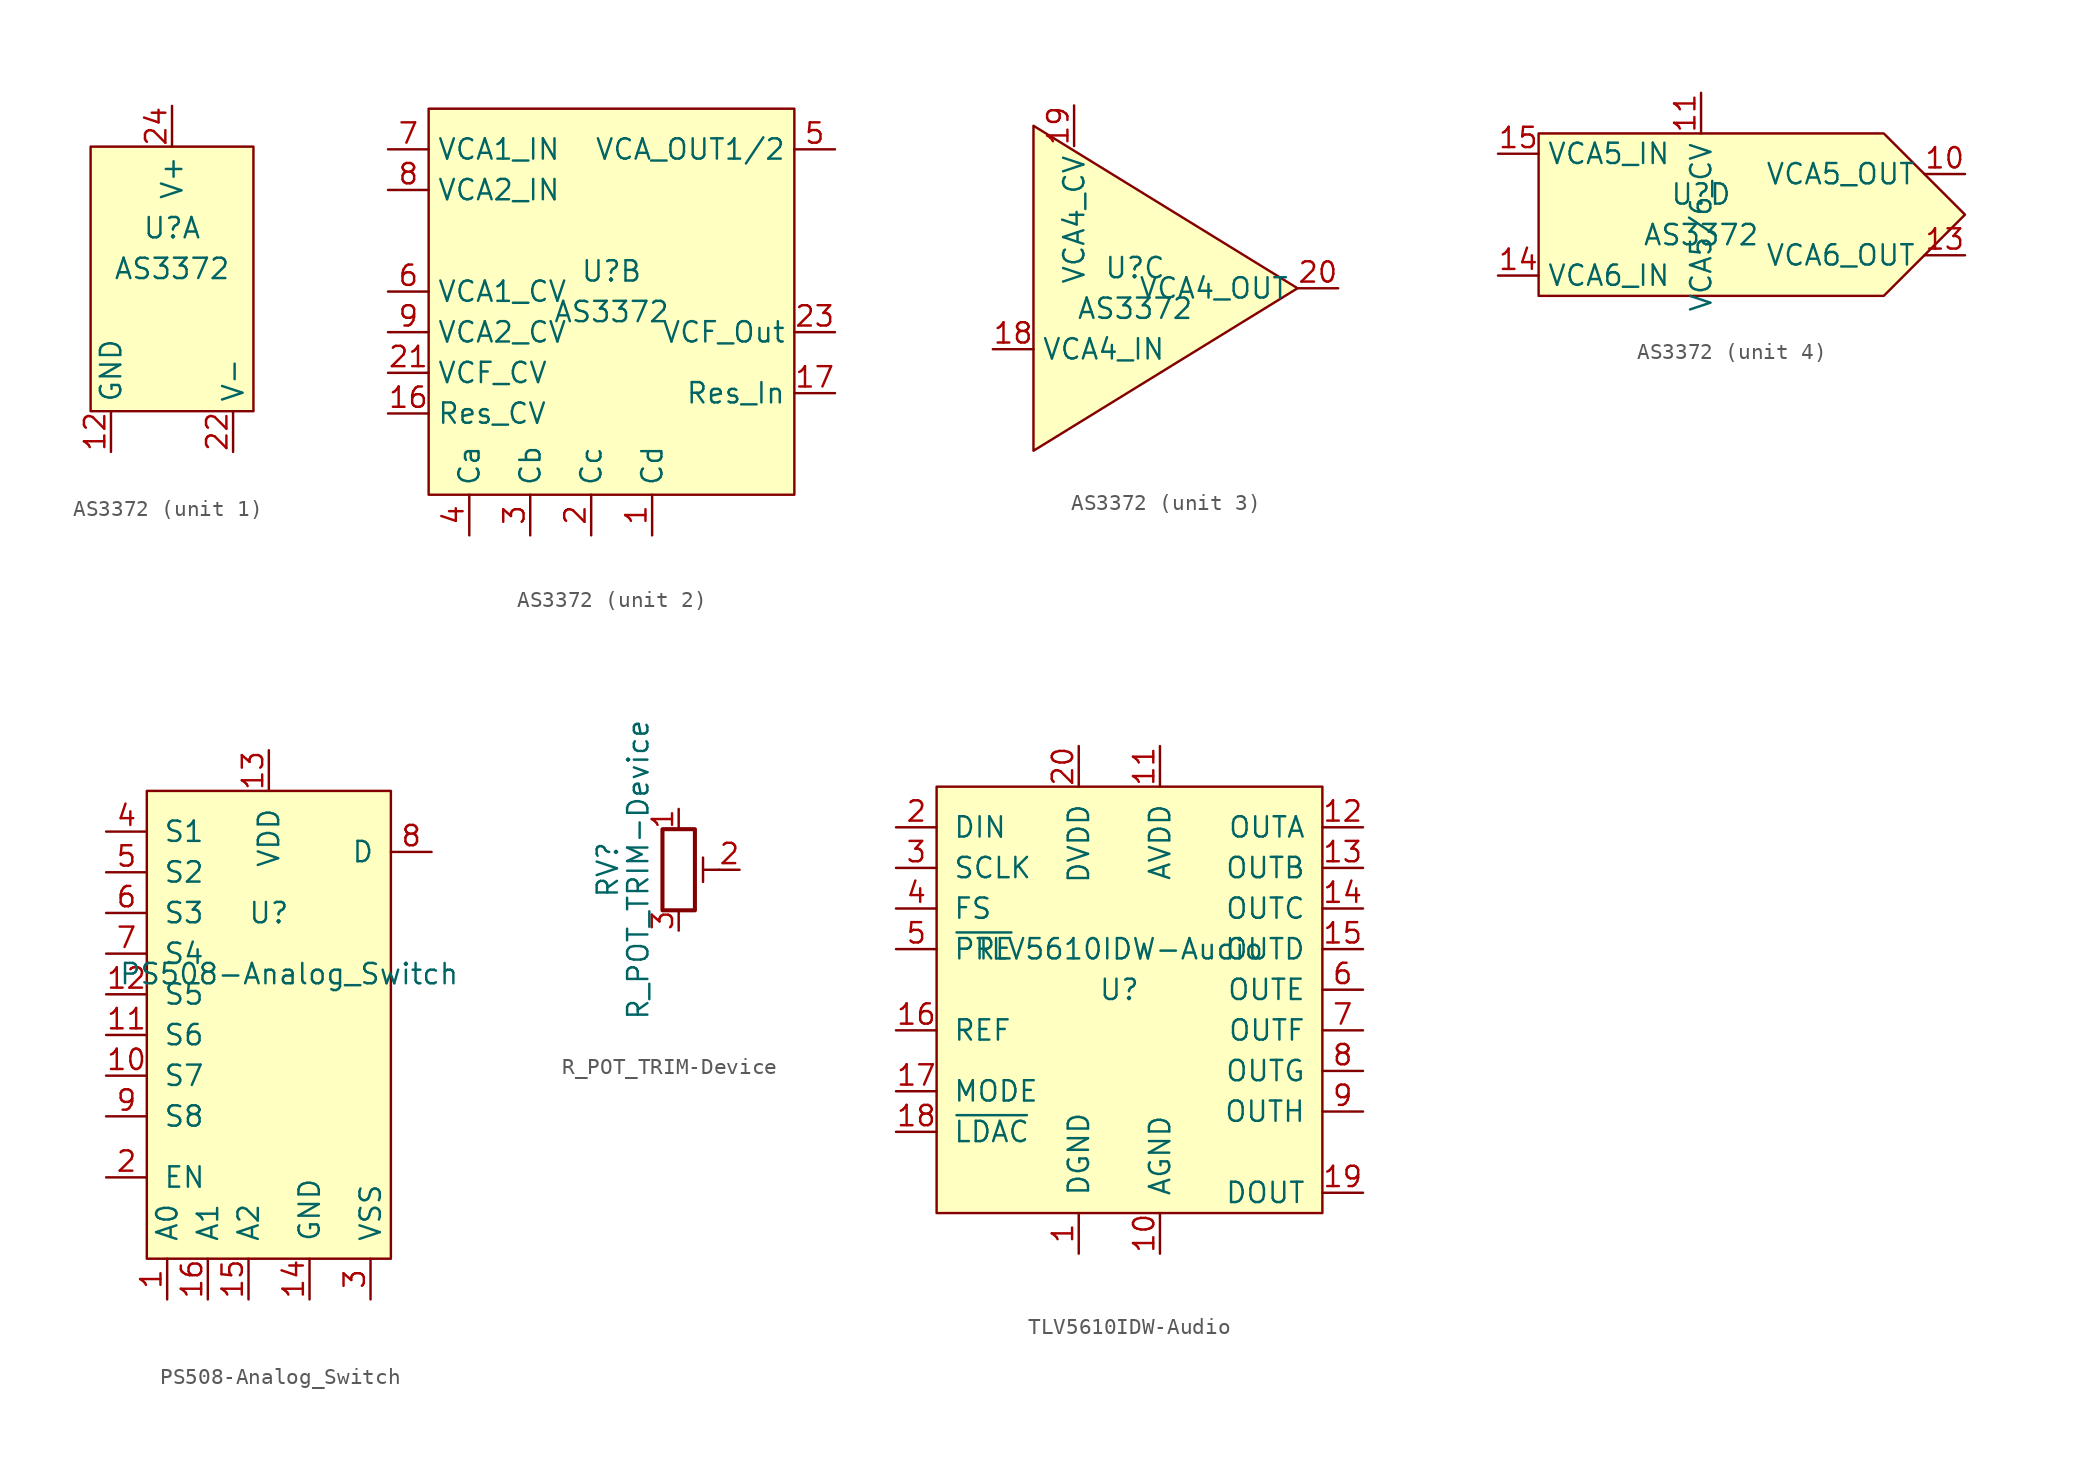
<source format=kicad_sym>
(kicad_symbol_lib
  (version 20220914)
  (generator kicad_symbol_editor)
  (symbol "AS3372"
    (property "Reference" "U"
      (at 0 1.27 0)
      (effects (font (size 1.27 1.27))))
    (property "Value" "AS3372"
      (at 0 -1.27 0)
      (effects (font (size 1.27 1.27))))
    (property "ki_locked" ""
      (at 0 0 0)
      (effects (font (size 1.27 1.27))))
    (symbol "AS3372_1_1"
      (rectangle (start -5.08 6.35) (end 5.08 -10.16) (stroke (width 0.152) (type default)) (fill (type background)))
      (pin power_in line (at -3.81 -12.7 90) (length 2.54) (name "GND" (effects (font (size 1.27 1.27)))) (number "12" (effects (font (size 1.27 1.27)))))
      (pin power_in line (at 3.81 -12.7 90) (length 2.54) (name "V-" (effects (font (size 1.27 1.27)))) (number "22" (effects (font (size 1.27 1.27)))))
      (pin power_in line (at 0 8.89 270) (length 2.54) (name "V+" (effects (font (size 1.27 1.27)))) (number "24" (effects (font (size 1.27 1.27))))))
    (symbol "AS3372_2_1"
      (rectangle (start -11.43 11.43) (end 11.43 -12.7) (stroke (width 0.152) (type default)) (fill (type background)))
      (pin input line (at 2.54 -15.24 90) (length 2.54) (name "Cd" (effects (font (size 1.27 1.27)))) (number "1" (effects (font (size 1.27 1.27)))))
      (pin input line (at -13.97 -7.62 0) (length 2.54) (name "Res_CV" (effects (font (size 1.27 1.27)))) (number "16" (effects (font (size 1.27 1.27)))))
      (pin input line (at 13.97 -6.35 180) (length 2.54) (name "Res_In" (effects (font (size 1.27 1.27)))) (number "17" (effects (font (size 1.27 1.27)))))
      (pin input line (at -1.27 -15.24 90) (length 2.54) (name "Cc" (effects (font (size 1.27 1.27)))) (number "2" (effects (font (size 1.27 1.27)))))
      (pin input line (at -13.97 -5.08 0) (length 2.54) (name "VCF_CV" (effects (font (size 1.27 1.27)))) (number "21" (effects (font (size 1.27 1.27)))))
      (pin output line (at 13.97 -2.54 180) (length 2.54) (name "VCF_Out" (effects (font (size 1.27 1.27)))) (number "23" (effects (font (size 1.27 1.27)))))
      (pin input line (at -5.08 -15.24 90) (length 2.54) (name "Cb" (effects (font (size 1.27 1.27)))) (number "3" (effects (font (size 1.27 1.27)))))
      (pin input line (at -8.89 -15.24 90) (length 2.54) (name "Ca" (effects (font (size 1.27 1.27)))) (number "4" (effects (font (size 1.27 1.27)))))
      (pin bidirectional line (at 13.97 8.89 180) (length 2.54) (name "VCA_OUT1/2" (effects (font (size 1.27 1.27)))) (number "5" (effects (font (size 1.27 1.27)))))
      (pin input line (at -13.97 0 0) (length 2.54) (name "VCA1_CV" (effects (font (size 1.27 1.27)))) (number "6" (effects (font (size 1.27 1.27)))))
      (pin input line (at -13.97 8.89 0) (length 2.54) (name "VCA1_IN" (effects (font (size 1.27 1.27)))) (number "7" (effects (font (size 1.27 1.27)))))
      (pin input line (at -13.97 6.35 0) (length 2.54) (name "VCA2_IN" (effects (font (size 1.27 1.27)))) (number "8" (effects (font (size 1.27 1.27)))))
      (pin input line (at -13.97 -2.54 0) (length 2.54) (name "VCA2_CV" (effects (font (size 1.27 1.27)))) (number "9" (effects (font (size 1.27 1.27))))))
    (symbol "AS3372_3_1"
      (polyline (pts (xy -6.35 0) (xy -6.35 10.16) (xy 10.16 0) (xy -6.35 -10.16) (xy -6.35 0)) (stroke (width 0.152) (type default)) (fill (type background)))
      (pin input line (at -8.89 -3.81 0) (length 2.54) (name "VCA4_IN" (effects (font (size 1.27 1.27)))) (number "18" (effects (font (size 1.27 1.27)))))
      (pin input line (at -3.81 11.43 270) (length 2.54) (name "VCA4_CV" (effects (font (size 1.27 1.27)))) (number "19" (effects (font (size 1.27 1.27)))))
      (pin output line (at 12.7 0 180) (length 2.54) (name "VCA4_OUT" (effects (font (size 1.27 1.27)))) (number "20" (effects (font (size 1.27 1.27))))))
    (symbol "AS3372_4_1"
      (polyline (pts (xy -10.16 0) (xy -10.16 5.08) (xy 11.43 5.08) (xy 16.51 0) (xy 11.43 -5.08) (xy -10.16 -5.08) (xy -10.16 0)) (stroke (width 0.152) (type default)) (fill (type background)))
      (pin output line (at 16.51 2.54 180) (length 2.54) (name "VCA5_OUT" (effects (font (size 1.27 1.27)))) (number "10" (effects (font (size 1.27 1.27)))))
      (pin input line (at 0 7.62 270) (length 2.54) (name "VCA5/6_CV" (effects (font (size 1.27 1.27)))) (number "11" (effects (font (size 1.27 1.27)))))
      (pin output line (at 16.51 -2.54 180) (length 2.54) (name "VCA6_OUT" (effects (font (size 1.27 1.27)))) (number "13" (effects (font (size 1.27 1.27)))))
      (pin input line (at -12.7 -3.81 0) (length 2.54) (name "VCA6_IN" (effects (font (size 1.27 1.27)))) (number "14" (effects (font (size 1.27 1.27)))))
      (pin input line (at -12.7 3.81 0) (length 2.54) (name "VCA5_IN" (effects (font (size 1.27 1.27)))) (number "15" (effects (font (size 1.27 1.27)))))))
  (symbol "PS508-Analog_Switch"
    (pin_names
      (offset 1.016))
    (property "Reference" "U"
      (at 0 0 0)
      (effects (font (size 1.27 1.27))))
    (property "Value" "PS508-Analog_Switch"
      (at 1.27 -3.81 0)
      (effects (font (size 1.27 1.27))))
    (symbol "PS508-Analog_Switch_0_1"
      (rectangle (start -7.62 7.62) (end 7.62 -21.59) (stroke (width 0) (type default)) (fill (type background))))
    (symbol "PS508-Analog_Switch_1_1"
      (pin input line (at -6.35 -24.13 90) (length 2.54) (name "A0" (effects (font (size 1.27 1.27)))) (number "1" (effects (font (size 1.27 1.27)))))
      (pin bidirectional line (at -10.16 -10.16 0) (length 2.54) (name "S7" (effects (font (size 1.27 1.27)))) (number "10" (effects (font (size 1.27 1.27)))))
      (pin bidirectional line (at -10.16 -7.62 0) (length 2.54) (name "S6" (effects (font (size 1.27 1.27)))) (number "11" (effects (font (size 1.27 1.27)))))
      (pin bidirectional line (at -10.16 -5.08 0) (length 2.54) (name "S5" (effects (font (size 1.27 1.27)))) (number "12" (effects (font (size 1.27 1.27)))))
      (pin power_in line (at 0 10.16 270) (length 2.54) (name "VDD" (effects (font (size 1.27 1.27)))) (number "13" (effects (font (size 1.27 1.27)))))
      (pin power_in line (at 2.54 -24.13 90) (length 2.54) (name "GND" (effects (font (size 1.27 1.27)))) (number "14" (effects (font (size 1.27 1.27)))))
      (pin input line (at -1.27 -24.13 90) (length 2.54) (name "A2" (effects (font (size 1.27 1.27)))) (number "15" (effects (font (size 1.27 1.27)))))
      (pin input line (at -3.81 -24.13 90) (length 2.54) (name "A1" (effects (font (size 1.27 1.27)))) (number "16" (effects (font (size 1.27 1.27)))))
      (pin input line (at -10.16 -16.51 0) (length 2.54) (name "EN" (effects (font (size 1.27 1.27)))) (number "2" (effects (font (size 1.27 1.27)))))
      (pin power_in line (at 6.35 -24.13 90) (length 2.54) (name "VSS" (effects (font (size 1.27 1.27)))) (number "3" (effects (font (size 1.27 1.27)))))
      (pin bidirectional line (at -10.16 5.08 0) (length 2.54) (name "S1" (effects (font (size 1.27 1.27)))) (number "4" (effects (font (size 1.27 1.27)))))
      (pin bidirectional line (at -10.16 2.54 0) (length 2.54) (name "S2" (effects (font (size 1.27 1.27)))) (number "5" (effects (font (size 1.27 1.27)))))
      (pin bidirectional line (at -10.16 0 0) (length 2.54) (name "S3" (effects (font (size 1.27 1.27)))) (number "6" (effects (font (size 1.27 1.27)))))
      (pin bidirectional line (at -10.16 -2.54 0) (length 2.54) (name "S4" (effects (font (size 1.27 1.27)))) (number "7" (effects (font (size 1.27 1.27)))))
      (pin bidirectional line (at 10.16 3.81 180) (length 2.54) (name "D" (effects (font (size 1.27 1.27)))) (number "8" (effects (font (size 1.27 1.27)))))
      (pin bidirectional line (at -10.16 -12.7 0) (length 2.54) (name "S8" (effects (font (size 1.27 1.27)))) (number "9" (effects (font (size 1.27 1.27)))))))
  (symbol "R_POT_TRIM-Device"
    (pin_names
      (offset 1.016) hide)
    (property "Reference" "RV"
      (at -4.445 0 90)
      (effects (font (size 1.27 1.27))))
    (property "Value" "R_POT_TRIM-Device"
      (at -2.54 0 90)
      (effects (font (size 1.27 1.27))))
    (symbol "R_POT_TRIM-Device_0_1"
      (polyline (pts (xy 1.524 0.762) (xy 1.524 -0.762)) (stroke (width 0) (type default)) (fill (type none)))
      (polyline (pts (xy 2.54 0) (xy 1.524 0)) (stroke (width 0) (type default)) (fill (type none)))
      (rectangle (start 1.016 2.54) (end -1.016 -2.54) (stroke (width 0.254) (type default)) (fill (type none))))
    (symbol "R_POT_TRIM-Device_1_1"
      (pin passive line (at 0 3.81 270) (length 1.27) (name "1" (effects (font (size 1.27 1.27)))) (number "1" (effects (font (size 1.27 1.27)))))
      (pin passive line (at 3.81 0 180) (length 1.27) (name "2" (effects (font (size 1.27 1.27)))) (number "2" (effects (font (size 1.27 1.27)))))
      (pin passive line (at 0 -3.81 90) (length 1.27) (name "3" (effects (font (size 1.27 1.27)))) (number "3" (effects (font (size 1.27 1.27)))))))
  (symbol "TLV5610IDW-Audio"
    (pin_names
      (offset 1.016))
    (property "Reference" "U"
      (at -2.54 -12.7 0)
      (effects (font (size 1.27 1.27))))
    (property "Value" "TLV5610IDW-Audio"
      (at -2.54 -10.16 0)
      (effects (font (size 1.27 1.27))))
    (symbol "TLV5610IDW-Audio_0_1"
      (rectangle (start -13.97 0) (end 10.16 -26.67) (stroke (width 0) (type default)) (fill (type background))))
    (symbol "TLV5610IDW-Audio_1_1"
      (pin power_in line (at -5.08 -29.21 90) (length 2.54) (name "DGND" (effects (font (size 1.27 1.27)))) (number "1" (effects (font (size 1.27 1.27)))))
      (pin power_in line (at 0 -29.21 90) (length 2.54) (name "AGND" (effects (font (size 1.27 1.27)))) (number "10" (effects (font (size 1.27 1.27)))))
      (pin power_in line (at 0 2.54 270) (length 2.54) (name "AVDD" (effects (font (size 1.27 1.27)))) (number "11" (effects (font (size 1.27 1.27)))))
      (pin output line (at 12.7 -2.54 180) (length 2.54) (name "OUTA" (effects (font (size 1.27 1.27)))) (number "12" (effects (font (size 1.27 1.27)))))
      (pin output line (at 12.7 -5.08 180) (length 2.54) (name "OUTB" (effects (font (size 1.27 1.27)))) (number "13" (effects (font (size 1.27 1.27)))))
      (pin output line (at 12.7 -7.62 180) (length 2.54) (name "OUTC" (effects (font (size 1.27 1.27)))) (number "14" (effects (font (size 1.27 1.27)))))
      (pin output line (at 12.7 -10.16 180) (length 2.54) (name "OUTD" (effects (font (size 1.27 1.27)))) (number "15" (effects (font (size 1.27 1.27)))))
      (pin input line (at -16.51 -15.24 0) (length 2.54) (name "REF" (effects (font (size 1.27 1.27)))) (number "16" (effects (font (size 1.27 1.27)))))
      (pin input line (at -16.51 -19.05 0) (length 2.54) (name "MODE" (effects (font (size 1.27 1.27)))) (number "17" (effects (font (size 1.27 1.27)))))
      (pin input line (at -16.51 -21.59 0) (length 2.54) (name "~{LDAC}" (effects (font (size 1.27 1.27)))) (number "18" (effects (font (size 1.27 1.27)))))
      (pin output line (at 12.7 -25.4 180) (length 2.54) (name "DOUT" (effects (font (size 1.27 1.27)))) (number "19" (effects (font (size 1.27 1.27)))))
      (pin input line (at -16.51 -2.54 0) (length 2.54) (name "DIN" (effects (font (size 1.27 1.27)))) (number "2" (effects (font (size 1.27 1.27)))))
      (pin power_in line (at -5.08 2.54 270) (length 2.54) (name "DVDD" (effects (font (size 1.27 1.27)))) (number "20" (effects (font (size 1.27 1.27)))))
      (pin input line (at -16.51 -5.08 0) (length 2.54) (name "SCLK" (effects (font (size 1.27 1.27)))) (number "3" (effects (font (size 1.27 1.27)))))
      (pin input line (at -16.51 -7.62 0) (length 2.54) (name "FS" (effects (font (size 1.27 1.27)))) (number "4" (effects (font (size 1.27 1.27)))))
      (pin input line (at -16.51 -10.16 0) (length 2.54) (name "~{PRE}" (effects (font (size 1.27 1.27)))) (number "5" (effects (font (size 1.27 1.27)))))
      (pin output line (at 12.7 -12.7 180) (length 2.54) (name "OUTE" (effects (font (size 1.27 1.27)))) (number "6" (effects (font (size 1.27 1.27)))))
      (pin output line (at 12.7 -15.24 180) (length 2.54) (name "OUTF" (effects (font (size 1.27 1.27)))) (number "7" (effects (font (size 1.27 1.27)))))
      (pin output line (at 12.7 -17.78 180) (length 2.54) (name "OUTG" (effects (font (size 1.27 1.27)))) (number "8" (effects (font (size 1.27 1.27)))))
      (pin output line (at 12.7 -20.32 180) (length 2.54) (name "OUTH" (effects (font (size 1.27 1.27)))) (number "9" (effects (font (size 1.27 1.27))))))))
</source>
